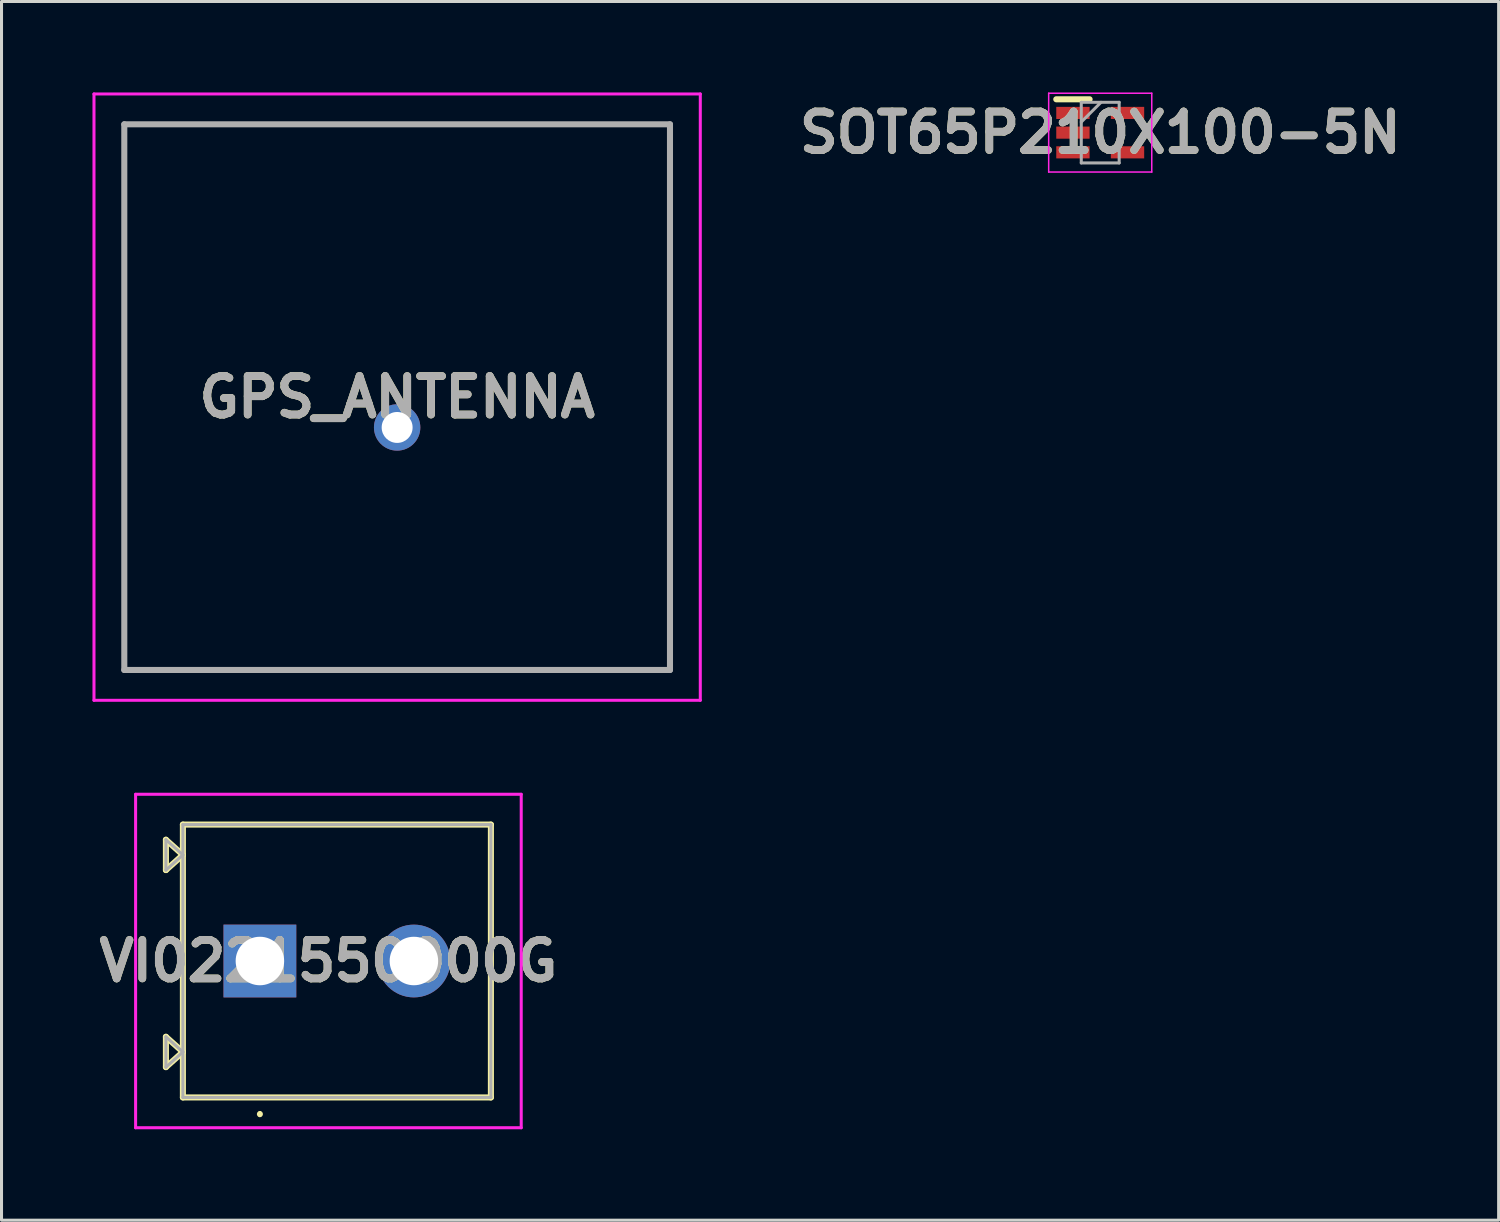
<source format=kicad_pcb>
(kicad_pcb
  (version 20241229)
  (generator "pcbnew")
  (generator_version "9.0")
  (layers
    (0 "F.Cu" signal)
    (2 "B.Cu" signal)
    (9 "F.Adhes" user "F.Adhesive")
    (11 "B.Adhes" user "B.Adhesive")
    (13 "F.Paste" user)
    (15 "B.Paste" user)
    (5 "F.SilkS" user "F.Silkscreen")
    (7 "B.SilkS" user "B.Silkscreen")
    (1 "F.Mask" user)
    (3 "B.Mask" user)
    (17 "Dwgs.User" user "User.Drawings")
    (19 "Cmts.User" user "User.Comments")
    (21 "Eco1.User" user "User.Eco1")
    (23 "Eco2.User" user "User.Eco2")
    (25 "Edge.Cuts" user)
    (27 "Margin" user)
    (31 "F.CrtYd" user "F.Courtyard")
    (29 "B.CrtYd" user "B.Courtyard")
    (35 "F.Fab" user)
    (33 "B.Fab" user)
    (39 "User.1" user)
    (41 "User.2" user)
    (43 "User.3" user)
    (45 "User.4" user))
  (footprint "GPS_ANTENNA"
    (layer "F.Cu")
    (at 10.05 11.05)
    (property "Reference" "GPS_ANTENNA" (at 0 -1 0) (layer "F.SilkS") (effects (font (size 1.27 1.27) (thickness 0.254))))
    (attr through_hole)
    (fp_line (start -9 -10) (end 9 -10) (stroke (width 0.1) (type solid)) (layer "F.SilkS"))
    (fp_line (start -9 8) (end -9 -10) (stroke (width 0.1) (type solid)) (layer "F.SilkS"))
    (fp_line (start 9 -10) (end 9 8) (stroke (width 0.1) (type solid)) (layer "F.SilkS"))
    (fp_line (start 9 8) (end -9 8) (stroke (width 0.1) (type solid)) (layer "F.SilkS"))
    (fp_line (start -10 -11) (end 10 -11) (stroke (width 0.1) (type solid)) (layer "F.CrtYd"))
    (fp_line (start -10 9) (end -10 -11) (stroke (width 0.1) (type solid)) (layer "F.CrtYd"))
    (fp_line (start 10 -11) (end 10 9) (stroke (width 0.1) (type solid)) (layer "F.CrtYd"))
    (fp_line (start 10 9) (end -10 9) (stroke (width 0.1) (type solid)) (layer "F.CrtYd"))
    (fp_line (start -9 -10) (end 9 -10) (stroke (width 0.2) (type solid)) (layer "F.Fab"))
    (fp_line (start -9 8) (end -9 -10) (stroke (width 0.2) (type solid)) (layer "F.Fab"))
    (fp_line (start 9 -10) (end 9 8) (stroke (width 0.2) (type solid)) (layer "F.Fab"))
    (fp_line (start 9 8) (end -9 8) (stroke (width 0.2) (type solid)) (layer "F.Fab"))
    (fp_text user "${REFERENCE}" (at 0 -1 0) (layer "F.Fab") (effects (font (size 1.27 1.27) (thickness 0.254))))
    (pad "1" thru_hole circle (at 0 0) (size 1.53 1.53) (drill 1.02) (layers "*.Cu" "*.Mask")))
  (footprint "SOT65P210X100-5N"
    (layer "F.Cu")
    (at 33.242 1.325)
    (property "Reference" "SOT65P210X100-5N" (at 0 0 0) (layer "F.SilkS") (effects (font (size 1.27 1.27) (thickness 0.254))))
    (attr smd)
    (fp_line (start -1.45 -1.1) (end -0.35 -1.1) (stroke (width 0.2) (type solid)) (layer "F.SilkS"))
    (fp_line (start -1.7 -1.3) (end 1.7 -1.3) (stroke (width 0.05) (type solid)) (layer "F.CrtYd"))
    (fp_line (start -1.7 1.3) (end -1.7 -1.3) (stroke (width 0.05) (type solid)) (layer "F.CrtYd"))
    (fp_line (start 1.7 -1.3) (end 1.7 1.3) (stroke (width 0.05) (type solid)) (layer "F.CrtYd"))
    (fp_line (start 1.7 1.3) (end -1.7 1.3) (stroke (width 0.05) (type solid)) (layer "F.CrtYd"))
    (fp_line (start -0.625 -1) (end 0.625 -1) (stroke (width 0.1) (type solid)) (layer "F.Fab"))
    (fp_line (start -0.625 -0.35) (end 0.025 -1) (stroke (width 0.1) (type solid)) (layer "F.Fab"))
    (fp_line (start -0.625 1) (end -0.625 -1) (stroke (width 0.1) (type solid)) (layer "F.Fab"))
    (fp_line (start 0.625 -1) (end 0.625 1) (stroke (width 0.1) (type solid)) (layer "F.Fab"))
    (fp_line (start 0.625 1) (end -0.625 1) (stroke (width 0.1) (type solid)) (layer "F.Fab"))
    (fp_text user "${REFERENCE}" (at 0 0 0) (layer "F.Fab") (effects (font (size 1.27 1.27) (thickness 0.254))))
    (pad "1" smd rect (at -0.9 -0.65 90) (size 0.4 1.1) (layers "F.Cu" "F.Mask" "F.Paste"))
    (pad "2" smd rect (at -0.9 0 90) (size 0.4 1.1) (layers "F.Cu" "F.Mask" "F.Paste"))
    (pad "3" smd rect (at -0.9 0.65 90) (size 0.4 1.1) (layers "F.Cu" "F.Mask" "F.Paste"))
    (pad "4" smd rect (at 0.9 0.65 90) (size 0.4 1.1) (layers "F.Cu" "F.Mask" "F.Paste"))
    (pad "5" smd rect (at 0.9 -0.65 90) (size 0.4 1.1) (layers "F.Cu" "F.Mask" "F.Paste")))
  (footprint "VI0221550000G"
    (layer "F.Cu")
    (at 5.523 28.65)
    (property "Reference" "VI0221550000G" (at 2.26 0 0) (layer "F.SilkS") (effects (font (size 1.27 1.27) (thickness 0.254))))
    (attr through_hole)
    (fp_line (start -3.1 -4) (end -3.1 -3) (stroke (width 0.2) (type solid)) (layer "F.SilkS"))
    (fp_line (start -3.1 -3) (end -2.54 -3.5) (stroke (width 0.2) (type solid)) (layer "F.SilkS"))
    (fp_line (start -3.1 2.5) (end -3.1 3.5) (stroke (width 0.2) (type solid)) (layer "F.SilkS"))
    (fp_line (start -3.1 3.5) (end -2.54 3) (stroke (width 0.2) (type solid)) (layer "F.SilkS"))
    (fp_line (start -2.54 -4.5) (end 7.62 -4.5) (stroke (width 0.2) (type solid)) (layer "F.SilkS"))
    (fp_line (start -2.54 -3.5) (end -3.1 -4) (stroke (width 0.2) (type solid)) (layer "F.SilkS"))
    (fp_line (start -2.54 3) (end -3.1 2.5) (stroke (width 0.2) (type solid)) (layer "F.SilkS"))
    (fp_line (start -2.54 4.5) (end -2.54 -4.5) (stroke (width 0.2) (type solid)) (layer "F.SilkS"))
    (fp_line (start 0 5) (end 0 5) (stroke (width 0.1) (type solid)) (layer "F.SilkS"))
    (fp_line (start 0 5.1) (end 0 5.1) (stroke (width 0.1) (type solid)) (layer "F.SilkS"))
    (fp_line (start 7.62 -4.5) (end 7.62 4.5) (stroke (width 0.2) (type solid)) (layer "F.SilkS"))
    (fp_line (start 7.62 4.5) (end -2.54 4.5) (stroke (width 0.2) (type solid)) (layer "F.SilkS"))
    (fp_arc (start 0 5) (mid 0.05 5.05) (end 0 5.1) (stroke (width 0.1) (type solid)) (layer "F.SilkS"))
    (fp_arc (start 0 5.1) (mid -0.05 5.05) (end 0 5) (stroke (width 0.1) (type solid)) (layer "F.SilkS"))
    (fp_line (start -4.1 -5.5) (end 8.62 -5.5) (stroke (width 0.1) (type solid)) (layer "F.CrtYd"))
    (fp_line (start -4.1 5.5) (end -4.1 -5.5) (stroke (width 0.1) (type solid)) (layer "F.CrtYd"))
    (fp_line (start 8.62 -5.5) (end 8.62 5.5) (stroke (width 0.1) (type solid)) (layer "F.CrtYd"))
    (fp_line (start 8.62 5.5) (end -4.1 5.5) (stroke (width 0.1) (type solid)) (layer "F.CrtYd"))
    (fp_line (start -3.1 -4) (end -3.1 -3) (stroke (width 0.1) (type solid)) (layer "F.Fab"))
    (fp_line (start -3.1 -3) (end -2.54 -3.5) (stroke (width 0.1) (type solid)) (layer "F.Fab"))
    (fp_line (start -3.1 2.5) (end -3.1 3.5) (stroke (width 0.1) (type solid)) (layer "F.Fab"))
    (fp_line (start -3.1 3.5) (end -2.54 3) (stroke (width 0.1) (type solid)) (layer "F.Fab"))
    (fp_line (start -2.54 -4.5) (end 7.62 -4.5) (stroke (width 0.1) (type solid)) (layer "F.Fab"))
    (fp_line (start -2.54 -3.5) (end -3.1 -4) (stroke (width 0.1) (type solid)) (layer "F.Fab"))
    (fp_line (start -2.54 3) (end -3.1 2.5) (stroke (width 0.1) (type solid)) (layer "F.Fab"))
    (fp_line (start -2.54 4.5) (end -2.54 -4.5) (stroke (width 0.1) (type solid)) (layer "F.Fab"))
    (fp_line (start 7.62 -4.5) (end 7.62 4.5) (stroke (width 0.1) (type solid)) (layer "F.Fab"))
    (fp_line (start 7.62 4.5) (end -2.54 4.5) (stroke (width 0.1) (type solid)) (layer "F.Fab"))
    (fp_text user "${REFERENCE}" (at 2.26 0 0) (layer "F.Fab") (effects (font (size 1.27 1.27) (thickness 0.254))))
    (pad "1" thru_hole rect (at 0 0) (size 2.4 2.4) (drill 1.6) (layers "*.Cu" "*.Mask"))
    (pad "2" thru_hole circle (at 5.08 0) (size 2.4 2.4) (drill 1.6) (layers "*.Cu" "*.Mask")))
  (gr_rect
    (start -3 -3)
    (end 46.384 37.2)
    (stroke (width 0.1) (type default))
    (fill no)
    (layer "Edge.Cuts")))
</source>
